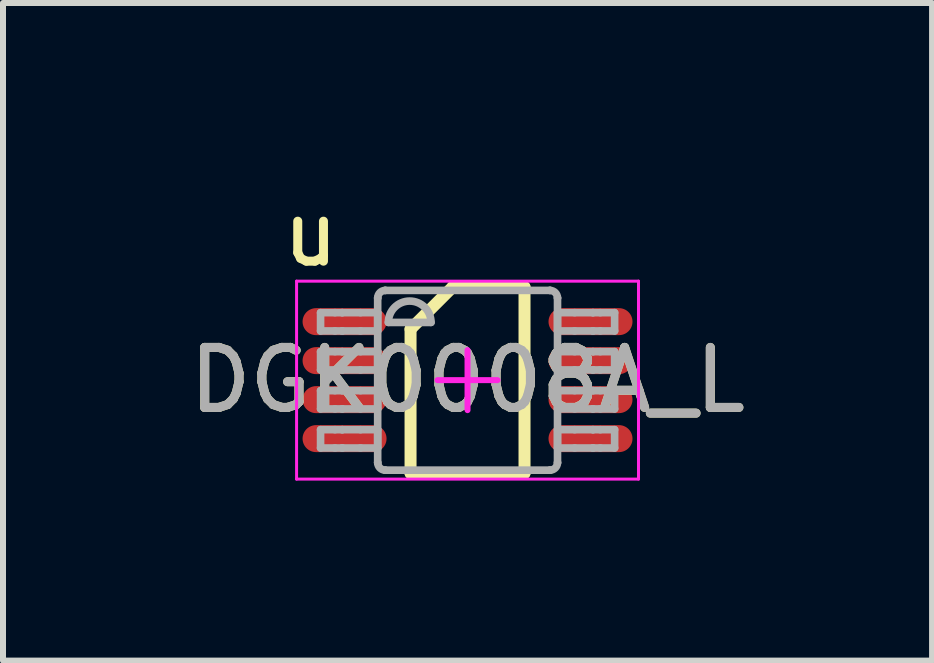
<source format=kicad_pcb>
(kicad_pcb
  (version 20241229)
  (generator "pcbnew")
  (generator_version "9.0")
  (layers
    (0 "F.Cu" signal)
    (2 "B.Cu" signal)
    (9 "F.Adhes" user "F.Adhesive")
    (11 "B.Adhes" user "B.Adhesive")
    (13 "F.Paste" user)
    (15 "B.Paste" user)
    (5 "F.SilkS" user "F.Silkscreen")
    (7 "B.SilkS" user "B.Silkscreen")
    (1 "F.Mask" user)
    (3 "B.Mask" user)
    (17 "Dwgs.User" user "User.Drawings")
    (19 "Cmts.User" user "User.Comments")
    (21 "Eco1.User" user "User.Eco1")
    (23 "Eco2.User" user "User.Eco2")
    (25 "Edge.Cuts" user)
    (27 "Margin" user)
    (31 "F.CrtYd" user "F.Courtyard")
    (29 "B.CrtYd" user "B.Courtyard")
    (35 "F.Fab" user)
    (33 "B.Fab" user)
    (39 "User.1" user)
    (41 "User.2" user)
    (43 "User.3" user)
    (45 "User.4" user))
  (footprint "DGK0008A_L"
    (layer "F.Cu")
    (at 4.744 3.287)
    (property "Reference" "DGK0008A_L" (at 0 0 0) (unlocked yes) (layer "F.SilkS") (effects (font (size 1 1) (thickness 0.15))))
    (attr smd)
    (fp_line (start -0.95 -0.85) (end -0.25 -1.55) (stroke (width 0.2) (type solid)) (layer "F.SilkS"))
    (fp_line (start -0.95 1.55) (end -0.95 -0.85) (stroke (width 0.2) (type solid)) (layer "F.SilkS"))
    (fp_line (start -0.95 1.55) (end 0.95 1.55) (stroke (width 0.2) (type solid)) (layer "F.SilkS"))
    (fp_line (start -0.25 -1.55) (end 0.95 -1.55) (stroke (width 0.2) (type solid)) (layer "F.SilkS"))
    (fp_line (start 0.95 1.55) (end 0.95 -1.55) (stroke (width 0.2) (type solid)) (layer "F.SilkS"))
    (fp_line (start -2.85 -1.65) (end 2.85 -1.65) (stroke (width 0.05) (type solid)) (layer "F.CrtYd"))
    (fp_line (start -2.85 1.65) (end -2.85 -1.65) (stroke (width 0.05) (type solid)) (layer "F.CrtYd"))
    (fp_line (start -2.85 1.65) (end 2.85 1.65) (stroke (width 0.05) (type solid)) (layer "F.CrtYd"))
    (fp_line (start -0.5 -0.000003) (end 0.5 -0.000003) (stroke (width 0.1) (type solid)) (layer "F.CrtYd"))
    (fp_line (start 0.000003 0.5) (end 0.000003 -0.5) (stroke (width 0.1) (type solid)) (layer "F.CrtYd"))
    (fp_line (start 2.85 1.65) (end 2.85 -1.65) (stroke (width 0.05) (type solid)) (layer "F.CrtYd"))
    (fp_line (start -2.45 -1.125) (end -2.21 -1.125) (stroke (width 0.127) (type solid)) (layer "F.Fab"))
    (fp_line (start -2.45 -0.82) (end -2.45 -1.125) (stroke (width 0.127) (type solid)) (layer "F.Fab"))
    (fp_line (start -2.45 -0.82) (end -2.21 -0.82) (stroke (width 0.127) (type solid)) (layer "F.Fab"))
    (fp_line (start -2.45 -0.475) (end -2.21 -0.475) (stroke (width 0.127) (type solid)) (layer "F.Fab"))
    (fp_line (start -2.45 -0.17) (end -2.45 -0.475) (stroke (width 0.127) (type solid)) (layer "F.Fab"))
    (fp_line (start -2.45 -0.17) (end -2.21 -0.17) (stroke (width 0.127) (type solid)) (layer "F.Fab"))
    (fp_line (start -2.45 0.175) (end -2.21 0.175) (stroke (width 0.127) (type solid)) (layer "F.Fab"))
    (fp_line (start -2.45 0.48) (end -2.45 0.175) (stroke (width 0.127) (type solid)) (layer "F.Fab"))
    (fp_line (start -2.45 0.48) (end -2.21 0.48) (stroke (width 0.127) (type solid)) (layer "F.Fab"))
    (fp_line (start -2.45 0.826) (end -2.21 0.826) (stroke (width 0.127) (type solid)) (layer "F.Fab"))
    (fp_line (start -2.45 1.131) (end -2.45 0.826) (stroke (width 0.127) (type solid)) (layer "F.Fab"))
    (fp_line (start -2.45 1.131) (end -2.21 1.131) (stroke (width 0.127) (type solid)) (layer "F.Fab"))
    (fp_line (start -2.21 -1.125) (end -2.091 -1.125) (stroke (width 0.127) (type solid)) (layer "F.Fab"))
    (fp_line (start -2.21 -0.82) (end -2.091 -0.82) (stroke (width 0.127) (type solid)) (layer "F.Fab"))
    (fp_line (start -2.21 -0.475) (end -2.091 -0.475) (stroke (width 0.127) (type solid)) (layer "F.Fab"))
    (fp_line (start -2.21 -0.17) (end -2.091 -0.17) (stroke (width 0.127) (type solid)) (layer "F.Fab"))
    (fp_line (start -2.21 0.175) (end -2.091 0.175) (stroke (width 0.127) (type solid)) (layer "F.Fab"))
    (fp_line (start -2.21 0.48) (end -2.091 0.48) (stroke (width 0.127) (type solid)) (layer "F.Fab"))
    (fp_line (start -2.21 0.826) (end -2.091 0.826) (stroke (width 0.127) (type solid)) (layer "F.Fab"))
    (fp_line (start -2.21 1.131) (end -2.091 1.131) (stroke (width 0.127) (type solid)) (layer "F.Fab"))
    (fp_line (start -2.091 -1.125) (end -2.087 -1.125) (stroke (width 0.127) (type solid)) (layer "F.Fab"))
    (fp_line (start -2.091 -0.82) (end -2.087 -0.82) (stroke (width 0.127) (type solid)) (layer "F.Fab"))
    (fp_line (start -2.091 -0.475) (end -2.087 -0.475) (stroke (width 0.127) (type solid)) (layer "F.Fab"))
    (fp_line (start -2.091 -0.17) (end -2.087 -0.17) (stroke (width 0.127) (type solid)) (layer "F.Fab"))
    (fp_line (start -2.091 0.175) (end -2.087 0.175) (stroke (width 0.127) (type solid)) (layer "F.Fab"))
    (fp_line (start -2.091 0.48) (end -2.087 0.48) (stroke (width 0.127) (type solid)) (layer "F.Fab"))
    (fp_line (start -2.091 0.826) (end -2.087 0.826) (stroke (width 0.127) (type solid)) (layer "F.Fab"))
    (fp_line (start -2.091 1.131) (end -2.087 1.131) (stroke (width 0.127) (type solid)) (layer "F.Fab"))
    (fp_line (start -2.087 -1.125) (end -1.784 -1.125) (stroke (width 0.127) (type solid)) (layer "F.Fab"))
    (fp_line (start -2.087 -0.82) (end -1.784 -0.82) (stroke (width 0.127) (type solid)) (layer "F.Fab"))
    (fp_line (start -2.087 -0.475) (end -1.784 -0.475) (stroke (width 0.127) (type solid)) (layer "F.Fab"))
    (fp_line (start -2.087 -0.17) (end -1.784 -0.17) (stroke (width 0.127) (type solid)) (layer "F.Fab"))
    (fp_line (start -2.087 0.175) (end -1.784 0.175) (stroke (width 0.127) (type solid)) (layer "F.Fab"))
    (fp_line (start -2.087 0.48) (end -1.784 0.48) (stroke (width 0.127) (type solid)) (layer "F.Fab"))
    (fp_line (start -2.087 0.826) (end -1.784 0.826) (stroke (width 0.127) (type solid)) (layer "F.Fab"))
    (fp_line (start -2.087 1.131) (end -1.784 1.131) (stroke (width 0.127) (type solid)) (layer "F.Fab"))
    (fp_line (start -1.784 -1.125) (end -1.498 -1.125) (stroke (width 0.127) (type solid)) (layer "F.Fab"))
    (fp_line (start -1.784 -0.82) (end -1.498 -0.82) (stroke (width 0.127) (type solid)) (layer "F.Fab"))
    (fp_line (start -1.784 -0.475) (end -1.498 -0.475) (stroke (width 0.127) (type solid)) (layer "F.Fab"))
    (fp_line (start -1.784 -0.17) (end -1.498 -0.17) (stroke (width 0.127) (type solid)) (layer "F.Fab"))
    (fp_line (start -1.784 0.175) (end -1.498 0.175) (stroke (width 0.127) (type solid)) (layer "F.Fab"))
    (fp_line (start -1.784 0.48) (end -1.498 0.48) (stroke (width 0.127) (type solid)) (layer "F.Fab"))
    (fp_line (start -1.784 0.826) (end -1.498 0.826) (stroke (width 0.127) (type solid)) (layer "F.Fab"))
    (fp_line (start -1.784 1.131) (end -1.498 1.131) (stroke (width 0.127) (type solid)) (layer "F.Fab"))
    (fp_line (start -1.498 -1.369) (end -1.497 -1.372) (stroke (width 0.127) (type solid)) (layer "F.Fab"))
    (fp_line (start -1.498 -0.82) (end -1.498 -1.125) (stroke (width 0.127) (type solid)) (layer "F.Fab"))
    (fp_line (start -1.498 -0.17) (end -1.498 -0.475) (stroke (width 0.127) (type solid)) (layer "F.Fab"))
    (fp_line (start -1.498 0.48) (end -1.498 0.175) (stroke (width 0.127) (type solid)) (layer "F.Fab"))
    (fp_line (start -1.498 1.131) (end -1.498 0.826) (stroke (width 0.127) (type solid)) (layer "F.Fab"))
    (fp_line (start -1.498 1.374) (end -1.498 -1.369) (stroke (width 0.127) (type solid)) (layer "F.Fab"))
    (fp_line (start -1.498 1.374) (end -1.497 1.377) (stroke (width 0.127) (type solid)) (layer "F.Fab"))
    (fp_line (start -1.373 -1.496) (end -1.371 -1.496) (stroke (width 0.127) (type solid)) (layer "F.Fab"))
    (fp_line (start -1.373 1.501) (end -1.371 1.501) (stroke (width 0.127) (type solid)) (layer "F.Fab"))
    (fp_line (start -1.371 -1.496) (end 1.373 -1.496) (stroke (width 0.127) (type solid)) (layer "F.Fab"))
    (fp_line (start -1.371 1.501) (end 1.373 1.501) (stroke (width 0.127) (type solid)) (layer "F.Fab"))
    (fp_line (start -1.32 -0.962) (end -0.609 -0.962) (stroke (width 0.127) (type solid)) (layer "F.Fab"))
    (fp_line (start 1.373 -1.496) (end 1.375 -1.496) (stroke (width 0.127) (type solid)) (layer "F.Fab"))
    (fp_line (start 1.373 1.501) (end 1.375 1.501) (stroke (width 0.127) (type solid)) (layer "F.Fab"))
    (fp_line (start 1.5 -1.372) (end 1.5 -1.369) (stroke (width 0.127) (type solid)) (layer "F.Fab"))
    (fp_line (start 1.5 1.377) (end 1.5 1.374) (stroke (width 0.127) (type solid)) (layer "F.Fab"))
    (fp_line (start 1.5 -1.125) (end 1.786 -1.125) (stroke (width 0.127) (type solid)) (layer "F.Fab"))
    (fp_line (start 1.5 -0.82) (end 1.5 -1.125) (stroke (width 0.127) (type solid)) (layer "F.Fab"))
    (fp_line (start 1.5 -0.82) (end 1.786 -0.82) (stroke (width 0.127) (type solid)) (layer "F.Fab"))
    (fp_line (start 1.5 -0.475) (end 1.786 -0.475) (stroke (width 0.127) (type solid)) (layer "F.Fab"))
    (fp_line (start 1.5 -0.17) (end 1.5 -0.475) (stroke (width 0.127) (type solid)) (layer "F.Fab"))
    (fp_line (start 1.5 -0.17) (end 1.786 -0.17) (stroke (width 0.127) (type solid)) (layer "F.Fab"))
    (fp_line (start 1.5 0.175) (end 1.786 0.175) (stroke (width 0.127) (type solid)) (layer "F.Fab"))
    (fp_line (start 1.5 0.48) (end 1.5 0.175) (stroke (width 0.127) (type solid)) (layer "F.Fab"))
    (fp_line (start 1.5 0.48) (end 1.786 0.48) (stroke (width 0.127) (type solid)) (layer "F.Fab"))
    (fp_line (start 1.5 0.826) (end 1.786 0.826) (stroke (width 0.127) (type solid)) (layer "F.Fab"))
    (fp_line (start 1.5 1.131) (end 1.5 0.826) (stroke (width 0.127) (type solid)) (layer "F.Fab"))
    (fp_line (start 1.5 1.131) (end 1.786 1.131) (stroke (width 0.127) (type solid)) (layer "F.Fab"))
    (fp_line (start 1.5 1.374) (end 1.5 -1.369) (stroke (width 0.127) (type solid)) (layer "F.Fab"))
    (fp_line (start 1.786 -1.125) (end 2.089 -1.125) (stroke (width 0.127) (type solid)) (layer "F.Fab"))
    (fp_line (start 1.786 -0.82) (end 2.089 -0.82) (stroke (width 0.127) (type solid)) (layer "F.Fab"))
    (fp_line (start 1.786 -0.475) (end 2.089 -0.475) (stroke (width 0.127) (type solid)) (layer "F.Fab"))
    (fp_line (start 1.786 -0.17) (end 2.089 -0.17) (stroke (width 0.127) (type solid)) (layer "F.Fab"))
    (fp_line (start 1.786 0.175) (end 2.089 0.175) (stroke (width 0.127) (type solid)) (layer "F.Fab"))
    (fp_line (start 1.786 0.48) (end 2.089 0.48) (stroke (width 0.127) (type solid)) (layer "F.Fab"))
    (fp_line (start 1.786 0.826) (end 2.089 0.826) (stroke (width 0.127) (type solid)) (layer "F.Fab"))
    (fp_line (start 1.786 1.131) (end 2.089 1.131) (stroke (width 0.127) (type solid)) (layer "F.Fab"))
    (fp_line (start 2.089 -1.125) (end 2.093 -1.125) (stroke (width 0.127) (type solid)) (layer "F.Fab"))
    (fp_line (start 2.089 -0.82) (end 2.093 -0.82) (stroke (width 0.127) (type solid)) (layer "F.Fab"))
    (fp_line (start 2.089 -0.475) (end 2.093 -0.475) (stroke (width 0.127) (type solid)) (layer "F.Fab"))
    (fp_line (start 2.089 -0.17) (end 2.093 -0.17) (stroke (width 0.127) (type solid)) (layer "F.Fab"))
    (fp_line (start 2.089 0.175) (end 2.093 0.175) (stroke (width 0.127) (type solid)) (layer "F.Fab"))
    (fp_line (start 2.089 0.48) (end 2.093 0.48) (stroke (width 0.127) (type solid)) (layer "F.Fab"))
    (fp_line (start 2.089 0.826) (end 2.093 0.826) (stroke (width 0.127) (type solid)) (layer "F.Fab"))
    (fp_line (start 2.089 1.131) (end 2.093 1.131) (stroke (width 0.127) (type solid)) (layer "F.Fab"))
    (fp_line (start 2.093 -1.125) (end 2.213 -1.125) (stroke (width 0.127) (type solid)) (layer "F.Fab"))
    (fp_line (start 2.093 -0.82) (end 2.213 -0.82) (stroke (width 0.127) (type solid)) (layer "F.Fab"))
    (fp_line (start 2.093 -0.475) (end 2.213 -0.475) (stroke (width 0.127) (type solid)) (layer "F.Fab"))
    (fp_line (start 2.093 -0.17) (end 2.213 -0.17) (stroke (width 0.127) (type solid)) (layer "F.Fab"))
    (fp_line (start 2.093 0.175) (end 2.213 0.175) (stroke (width 0.127) (type solid)) (layer "F.Fab"))
    (fp_line (start 2.093 0.48) (end 2.213 0.48) (stroke (width 0.127) (type solid)) (layer "F.Fab"))
    (fp_line (start 2.093 0.826) (end 2.213 0.826) (stroke (width 0.127) (type solid)) (layer "F.Fab"))
    (fp_line (start 2.093 1.131) (end 2.213 1.131) (stroke (width 0.127) (type solid)) (layer "F.Fab"))
    (fp_line (start 2.213 -1.125) (end 2.452 -1.125) (stroke (width 0.127) (type solid)) (layer "F.Fab"))
    (fp_line (start 2.213 -0.82) (end 2.452 -0.82) (stroke (width 0.127) (type solid)) (layer "F.Fab"))
    (fp_line (start 2.213 -0.475) (end 2.452 -0.475) (stroke (width 0.127) (type solid)) (layer "F.Fab"))
    (fp_line (start 2.213 -0.17) (end 2.452 -0.17) (stroke (width 0.127) (type solid)) (layer "F.Fab"))
    (fp_line (start 2.213 0.175) (end 2.452 0.175) (stroke (width 0.127) (type solid)) (layer "F.Fab"))
    (fp_line (start 2.213 0.48) (end 2.452 0.48) (stroke (width 0.127) (type solid)) (layer "F.Fab"))
    (fp_line (start 2.213 0.826) (end 2.452 0.826) (stroke (width 0.127) (type solid)) (layer "F.Fab"))
    (fp_line (start 2.213 1.131) (end 2.452 1.131) (stroke (width 0.127) (type solid)) (layer "F.Fab"))
    (fp_line (start 2.452 -0.82) (end 2.452 -1.125) (stroke (width 0.127) (type solid)) (layer "F.Fab"))
    (fp_line (start 2.452 -0.17) (end 2.452 -0.475) (stroke (width 0.127) (type solid)) (layer "F.Fab"))
    (fp_line (start 2.452 0.48) (end 2.452 0.175) (stroke (width 0.127) (type solid)) (layer "F.Fab"))
    (fp_line (start 2.452 1.131) (end 2.452 0.826) (stroke (width 0.127) (type solid)) (layer "F.Fab"))
    (fp_arc (start -1.497476 -1.371582) (mid -1.460306 -1.458644) (end -1.373243 -1.495814) (stroke (width 0.127) (type solid)) (layer "F.Fab"))
    (fp_arc (start -1.373243 1.501336) (mid -1.460306 1.464166) (end -1.497476 1.377104) (stroke (width 0.127) (type solid)) (layer "F.Fab"))
    (fp_arc (start -1.3197 -0.962439) (mid -0.9641 -1.318039) (end -0.6085 -0.962439) (stroke (width 0.127) (type solid)) (layer "F.Fab"))
    (fp_arc (start 1.375443 -1.495814) (mid 1.462505 -1.458644) (end 1.499675 -1.371582) (stroke (width 0.127) (type solid)) (layer "F.Fab"))
    (fp_arc (start 1.499675 1.377104) (mid 1.462505 1.464166) (end 1.375443 1.501336) (stroke (width 0.127) (type solid)) (layer "F.Fab"))
    (fp_text user "u" (at -2.616 -2.438 0) (unlocked yes) (layer "F.SilkS") (effects (font (size 1 1) (thickness 0.15))))
    (fp_text user "${REFERENCE}" (at 0 0 0) (unlocked yes) (layer "F.Fab") (effects (font (size 1 1) (thickness 0.15))))
    (pad "1" smd oval (at -2.05 -0.975 90) (size 0.45 1.4) (layers "F.Cu" "F.Mask" "F.Paste"))
    (pad "2" smd oval (at -2.05 -0.325 90) (size 0.45 1.4) (layers "F.Cu" "F.Mask" "F.Paste"))
    (pad "3" smd oval (at -2.05 0.325 90) (size 0.45 1.4) (layers "F.Cu" "F.Mask" "F.Paste"))
    (pad "4" smd oval (at -2.05 0.975 90) (size 0.45 1.4) (layers "F.Cu" "F.Mask" "F.Paste"))
    (pad "5" smd oval (at 2.05 0.975 90) (size 0.45 1.4) (layers "F.Cu" "F.Mask" "F.Paste"))
    (pad "6" smd oval (at 2.05 0.325 90) (size 0.45 1.4) (layers "F.Cu" "F.Mask" "F.Paste"))
    (pad "7" smd oval (at 2.05 -0.325 90) (size 0.45 1.4) (layers "F.Cu" "F.Mask" "F.Paste"))
    (pad "8" smd oval (at 2.05 -0.975 90) (size 0.45 1.4) (layers "F.Cu" "F.Mask" "F.Paste")))
  (gr_rect
    (start -3 -3)
    (end 12.488 7.962)
    (stroke (width 0.1) (type default))
    (fill no)
    (layer "Edge.Cuts")))
</source>
